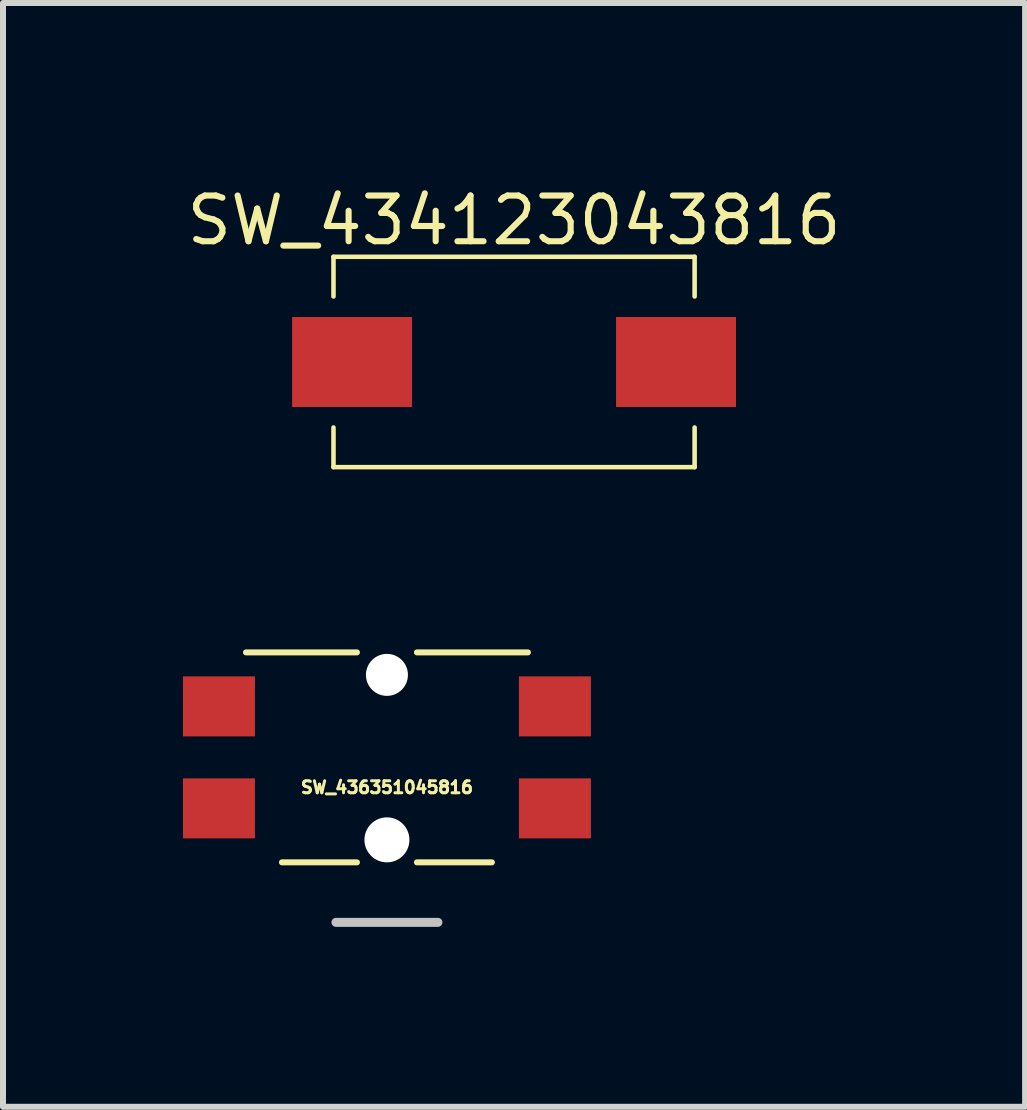
<source format=kicad_pcb>
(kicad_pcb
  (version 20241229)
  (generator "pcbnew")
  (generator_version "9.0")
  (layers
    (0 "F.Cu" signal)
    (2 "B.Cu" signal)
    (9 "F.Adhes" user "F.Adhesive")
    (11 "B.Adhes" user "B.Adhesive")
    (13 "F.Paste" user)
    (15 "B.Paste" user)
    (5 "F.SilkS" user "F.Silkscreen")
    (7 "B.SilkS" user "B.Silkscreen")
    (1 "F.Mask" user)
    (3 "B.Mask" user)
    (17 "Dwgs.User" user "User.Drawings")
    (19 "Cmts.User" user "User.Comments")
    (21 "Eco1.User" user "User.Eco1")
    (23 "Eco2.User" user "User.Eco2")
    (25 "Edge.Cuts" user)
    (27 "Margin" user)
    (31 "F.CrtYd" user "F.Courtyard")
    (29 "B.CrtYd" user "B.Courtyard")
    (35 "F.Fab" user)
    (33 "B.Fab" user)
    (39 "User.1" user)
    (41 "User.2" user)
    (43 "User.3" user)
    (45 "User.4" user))
  (footprint "SW_434123043816"
    (layer "F.Cu")
    (at 5.519 2.984)
    (property "Reference" "SW_434123043816" (at 0 -2.36 0) (layer "F.SilkS") (effects (font (size 0.762 0.762) (thickness 0.102))))
    (attr through_hole)
    (fp_line (start -3.01 -1.753) (end -3.01 -1.092) (stroke (width 0.076) (type solid)) (layer "F.SilkS"))
    (fp_line (start -3.01 -1.753) (end 3.01 -1.753) (stroke (width 0.076) (type solid)) (layer "F.SilkS"))
    (fp_line (start -3.01 1.753) (end -3.01 1.092) (stroke (width 0.076) (type solid)) (layer "F.SilkS"))
    (fp_line (start -3.01 1.753) (end 3.01 1.753) (stroke (width 0.076) (type solid)) (layer "F.SilkS"))
    (fp_line (start 3.01 -1.753) (end 3.01 -1.092) (stroke (width 0.076) (type solid)) (layer "F.SilkS"))
    (fp_line (start 3.01 1.753) (end 3.01 1.092) (stroke (width 0.076) (type solid)) (layer "F.SilkS"))
    (pad "1" smd rect (at -2.7 0) (size 2 1.5) (layers "F.Cu" "F.Mask" "F.Paste"))
    (pad "2" smd rect (at 2.7 0) (size 2 1.5) (layers "F.Cu" "F.Mask" "F.Paste")))
  (footprint "SW_436351045816"
    (layer "F.Cu")
    (at 3.4 9.575)
    (property "Reference" "SW_436351045816" (at 0 0.5 0) (layer "F.SilkS") (effects (font (size 0.2 0.2) (thickness 0.05))))
    (attr through_hole)
    (fp_line (start -2.35 -1.75) (end -0.5 -1.75) (stroke (width 0.1) (type solid)) (layer "F.SilkS"))
    (fp_line (start -1.75 1.75) (end -0.5 1.75) (stroke (width 0.1) (type solid)) (layer "F.SilkS"))
    (fp_line (start 0.5 -1.75) (end 2.35 -1.75) (stroke (width 0.1) (type solid)) (layer "F.SilkS"))
    (fp_line (start 0.5 1.75) (end 1.75 1.75) (stroke (width 0.1) (type solid)) (layer "F.SilkS"))
    (fp_line (start -0.85 2.75) (end 0.85 2.75) (stroke (width 0.15) (type solid)) (layer "Dwgs.User"))
    (pad "" np_thru_hole circle (at 0 -1.375) (size 0.7 0.7) (drill 0.7) (layers "*.Cu" "*.Mask"))
    (pad "" np_thru_hole circle (at 0 1.375) (size 0.75 0.75) (drill 0.75) (layers "*.Cu" "*.Mask"))
    (pad "1" smd rect (at -2.8 -0.85) (size 1.2 1) (layers "F.Cu" "F.Mask" "F.Paste"))
    (pad "1" smd rect (at 2.8 -0.85) (size 1.2 1) (layers "F.Cu" "F.Mask" "F.Paste"))
    (pad "2" smd rect (at -2.8 0.85) (size 1.2 1) (layers "F.Cu" "F.Mask" "F.Paste"))
    (pad "2" smd rect (at 2.8 0.85) (size 1.2 1) (layers "F.Cu" "F.Mask" "F.Paste")))
  (gr_rect
    (start -3 -3)
    (end 14.038 15.4)
    (stroke (width 0.1) (type default))
    (fill no)
    (layer "Edge.Cuts")))
</source>
